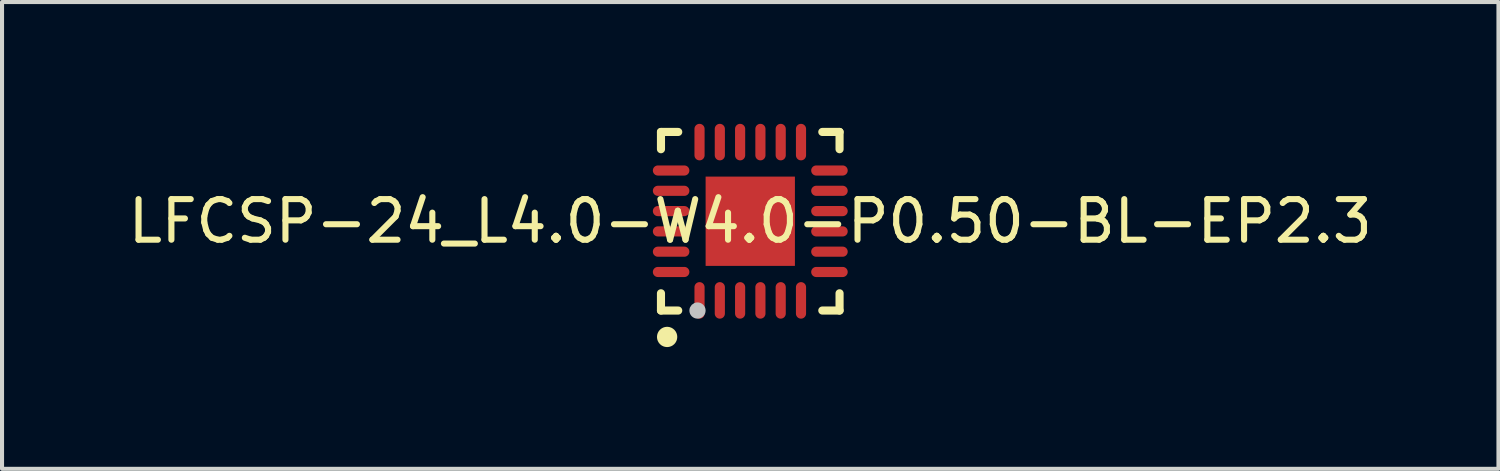
<source format=kicad_pcb>
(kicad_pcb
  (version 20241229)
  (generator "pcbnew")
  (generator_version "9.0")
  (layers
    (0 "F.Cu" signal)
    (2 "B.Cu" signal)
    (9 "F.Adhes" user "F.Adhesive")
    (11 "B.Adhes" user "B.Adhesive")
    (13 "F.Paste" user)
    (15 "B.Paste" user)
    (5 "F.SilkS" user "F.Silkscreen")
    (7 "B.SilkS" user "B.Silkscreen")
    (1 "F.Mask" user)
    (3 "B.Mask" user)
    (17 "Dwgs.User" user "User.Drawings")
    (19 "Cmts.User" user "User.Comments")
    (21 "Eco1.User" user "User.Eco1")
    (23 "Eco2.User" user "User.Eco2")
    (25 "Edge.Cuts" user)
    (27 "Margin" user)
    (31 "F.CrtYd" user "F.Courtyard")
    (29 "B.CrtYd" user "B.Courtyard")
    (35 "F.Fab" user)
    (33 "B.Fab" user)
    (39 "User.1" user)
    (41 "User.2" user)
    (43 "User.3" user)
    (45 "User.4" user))
  (footprint "LFCSP-24_L4.0-W4.0-P0.50-BL-EP2.3"
    (layer "F.Cu")
    (at 15.435 2.401)
    (property "Reference" "LFCSP-24_L4.0-W4.0-P0.50-BL-EP2.3" (at 0 0 0) (layer "F.SilkS") (effects (font (size 1 1) (thickness 0.15))))
    (fp_line (start -2.2 -2.2) (end -2.2 -1.775) (stroke (width 0.2) (type default)) (layer "F.SilkS"))
    (fp_line (start -2.2 2.2) (end -2.2 1.775) (stroke (width 0.2) (type default)) (layer "F.SilkS"))
    (fp_line (start -1.775 -2.2) (end -2.2 -2.2) (stroke (width 0.2) (type default)) (layer "F.SilkS"))
    (fp_line (start -1.775 2.2) (end -2.2 2.2) (stroke (width 0.2) (type default)) (layer "F.SilkS"))
    (fp_line (start 2.2 -2.2) (end 1.775 -2.2) (stroke (width 0.2) (type default)) (layer "F.SilkS"))
    (fp_line (start 2.2 -1.775) (end 2.2 -2.2) (stroke (width 0.2) (type default)) (layer "F.SilkS"))
    (fp_line (start 2.2 1.775) (end 2.2 2.2) (stroke (width 0.2) (type default)) (layer "F.SilkS"))
    (fp_line (start 2.2 2.2) (end 1.775 2.2) (stroke (width 0.2) (type default)) (layer "F.SilkS"))
    (fp_arc (start -2.047 2.7255) (mid -2.0485 2.975509) (end -2.05 2.7255) (stroke (width 0.25) (type default)) (layer "F.SilkS"))
    (fp_poly (pts (xy 0.8 0.8) (xy 0.8 -0.8) (xy -0.8 -0.8) (xy -0.8 0.8)) (stroke (width 0) (type default)) (fill yes) (layer "F.Paste"))
    (fp_poly (pts (xy -2.283 -0.875) (xy -2.29 -0.875) (xy -2.297 -0.874) (xy -2.304 -0.872) (xy -2.312 -0.87) (xy -2.318 -0.868) (xy -2.325 -0.865) (xy -2.332 -0.862) (xy -2.338 -0.859) (xy -2.345 -0.855) (xy -2.35 -0.851) (xy -2.356 -0.846) (xy -2.361 -0.841) (xy -2.366 -0.836) (xy -2.372 -0.831) (xy -2.376 -0.825) (xy -2.38 -0.819) (xy -2.384 -0.813) (xy -2.388 -0.806) (xy -2.39 -0.8) (xy -2.393 -0.793) (xy -2.396 -0.786) (xy -2.397 -0.779) (xy -2.399 -0.772) (xy -2.4 -0.765) (xy -2.401 -0.757) (xy -2.401 -0.75) (xy -2.401 -0.743) (xy -2.4 -0.736) (xy -2.399 -0.729) (xy -2.397 -0.722) (xy -2.396 -0.715) (xy -2.393 -0.708) (xy -2.39 -0.701) (xy -2.388 -0.694) (xy -2.384 -0.688) (xy -2.38 -0.681) (xy -2.376 -0.675) (xy -2.372 -0.67) (xy -2.366 -0.664) (xy -2.361 -0.659) (xy -2.356 -0.654) (xy -2.35 -0.65) (xy -2.345 -0.646) (xy -2.338 -0.642) (xy -2.332 -0.638) (xy -2.325 -0.635) (xy -2.318 -0.633) (xy -2.312 -0.63) (xy -2.304 -0.628) (xy -2.297 -0.627) (xy -2.29 -0.626) (xy -2.283 -0.625) (xy -2.276 -0.625) (xy -1.625 -0.625) (xy -1.619 -0.625) (xy -1.611 -0.626) (xy -1.604 -0.627) (xy -1.597 -0.628) (xy -1.59 -0.63) (xy -1.583 -0.633) (xy -1.576 -0.635) (xy -1.569 -0.638) (xy -1.563 -0.642) (xy -1.557 -0.646) (xy -1.551 -0.65) (xy -1.546 -0.654) (xy -1.54 -0.659) (xy -1.534 -0.664) (xy -1.53 -0.67) (xy -1.526 -0.675) (xy -1.521 -0.681) (xy -1.518 -0.688) (xy -1.514 -0.694) (xy -1.511 -0.701) (xy -1.508 -0.708) (xy -1.506 -0.715) (xy -1.504 -0.722) (xy -1.502 -0.729) (xy -1.502 -0.736) (xy -1.501 -0.743) (xy -1.5 -0.75) (xy -1.501 -0.757) (xy -1.502 -0.765) (xy -1.502 -0.772) (xy -1.504 -0.779) (xy -1.506 -0.786) (xy -1.508 -0.793) (xy -1.511 -0.8) (xy -1.514 -0.806) (xy -1.518 -0.813) (xy -1.521 -0.819) (xy -1.526 -0.825) (xy -1.53 -0.831) (xy -1.534 -0.836) (xy -1.54 -0.841) (xy -1.546 -0.846) (xy -1.551 -0.851) (xy -1.557 -0.855) (xy -1.563 -0.859) (xy -1.569 -0.862) (xy -1.576 -0.865) (xy -1.583 -0.868) (xy -1.59 -0.87) (xy -1.597 -0.872) (xy -1.604 -0.874) (xy -1.611 -0.875) (xy -1.619 -0.875) (xy -1.625 -0.875) (xy -2.276 -0.875)) (stroke (width 0) (type default)) (fill yes) (layer "F.Paste"))
    (fp_poly (pts (xy -2.283 -0.375) (xy -2.29 -0.374) (xy -2.297 -0.373) (xy -2.304 -0.371) (xy -2.312 -0.369) (xy -2.318 -0.367) (xy -2.325 -0.364) (xy -2.332 -0.361) (xy -2.338 -0.358) (xy -2.345 -0.354) (xy -2.35 -0.35) (xy -2.356 -0.345) (xy -2.361 -0.341) (xy -2.366 -0.336) (xy -2.372 -0.331) (xy -2.376 -0.325) (xy -2.38 -0.319) (xy -2.384 -0.312) (xy -2.388 -0.306) (xy -2.39 -0.299) (xy -2.393 -0.292) (xy -2.396 -0.286) (xy -2.397 -0.279) (xy -2.399 -0.272) (xy -2.4 -0.265) (xy -2.401 -0.257) (xy -2.401 -0.25) (xy -2.401 -0.242) (xy -2.4 -0.235) (xy -2.399 -0.228) (xy -2.397 -0.221) (xy -2.396 -0.214) (xy -2.393 -0.207) (xy -2.39 -0.201) (xy -2.388 -0.194) (xy -2.384 -0.188) (xy -2.38 -0.181) (xy -2.376 -0.175) (xy -2.372 -0.17) (xy -2.366 -0.164) (xy -2.361 -0.159) (xy -2.356 -0.154) (xy -2.35 -0.149) (xy -2.345 -0.145) (xy -2.338 -0.141) (xy -2.332 -0.138) (xy -2.325 -0.135) (xy -2.318 -0.133) (xy -2.312 -0.13) (xy -2.304 -0.129) (xy -2.297 -0.127) (xy -2.29 -0.126) (xy -2.283 -0.125) (xy -2.276 -0.125) (xy -1.625 -0.125) (xy -1.619 -0.125) (xy -1.611 -0.126) (xy -1.604 -0.127) (xy -1.597 -0.129) (xy -1.59 -0.13) (xy -1.583 -0.133) (xy -1.576 -0.135) (xy -1.569 -0.138) (xy -1.563 -0.141) (xy -1.557 -0.145) (xy -1.551 -0.149) (xy -1.546 -0.154) (xy -1.54 -0.159) (xy -1.534 -0.164) (xy -1.53 -0.17) (xy -1.526 -0.175) (xy -1.521 -0.181) (xy -1.518 -0.188) (xy -1.514 -0.194) (xy -1.511 -0.201) (xy -1.508 -0.207) (xy -1.506 -0.214) (xy -1.504 -0.221) (xy -1.502 -0.228) (xy -1.502 -0.235) (xy -1.501 -0.242) (xy -1.5 -0.25) (xy -1.501 -0.257) (xy -1.502 -0.265) (xy -1.502 -0.272) (xy -1.504 -0.279) (xy -1.506 -0.286) (xy -1.508 -0.292) (xy -1.511 -0.299) (xy -1.514 -0.306) (xy -1.518 -0.312) (xy -1.521 -0.319) (xy -1.526 -0.325) (xy -1.53 -0.331) (xy -1.534 -0.336) (xy -1.54 -0.341) (xy -1.546 -0.345) (xy -1.551 -0.35) (xy -1.557 -0.354) (xy -1.563 -0.358) (xy -1.569 -0.361) (xy -1.576 -0.364) (xy -1.583 -0.367) (xy -1.59 -0.369) (xy -1.597 -0.371) (xy -1.604 -0.373) (xy -1.611 -0.374) (xy -1.619 -0.375) (xy -1.625 -0.375) (xy -2.276 -0.375)) (stroke (width 0) (type default)) (fill yes) (layer "F.Paste"))
    (fp_poly (pts (xy -2.283 0.625) (xy -2.29 0.626) (xy -2.297 0.627) (xy -2.304 0.628) (xy -2.312 0.63) (xy -2.318 0.633) (xy -2.325 0.635) (xy -2.332 0.638) (xy -2.338 0.642) (xy -2.345 0.646) (xy -2.35 0.65) (xy -2.356 0.654) (xy -2.361 0.659) (xy -2.366 0.664) (xy -2.372 0.67) (xy -2.376 0.675) (xy -2.38 0.681) (xy -2.384 0.688) (xy -2.388 0.694) (xy -2.39 0.701) (xy -2.393 0.708) (xy -2.396 0.715) (xy -2.397 0.722) (xy -2.399 0.729) (xy -2.4 0.736) (xy -2.401 0.743) (xy -2.401 0.75) (xy -2.401 0.757) (xy -2.4 0.765) (xy -2.399 0.772) (xy -2.397 0.779) (xy -2.396 0.786) (xy -2.393 0.793) (xy -2.39 0.8) (xy -2.388 0.806) (xy -2.384 0.813) (xy -2.38 0.819) (xy -2.376 0.825) (xy -2.372 0.831) (xy -2.366 0.836) (xy -2.361 0.841) (xy -2.356 0.846) (xy -2.35 0.851) (xy -2.345 0.855) (xy -2.338 0.859) (xy -2.332 0.862) (xy -2.325 0.865) (xy -2.318 0.868) (xy -2.312 0.87) (xy -2.304 0.872) (xy -2.297 0.874) (xy -2.29 0.875) (xy -2.283 0.875) (xy -2.276 0.875) (xy -1.625 0.875) (xy -1.619 0.875) (xy -1.611 0.875) (xy -1.604 0.874) (xy -1.597 0.872) (xy -1.59 0.87) (xy -1.583 0.868) (xy -1.576 0.865) (xy -1.569 0.862) (xy -1.563 0.859) (xy -1.557 0.855) (xy -1.551 0.851) (xy -1.546 0.846) (xy -1.54 0.841) (xy -1.534 0.836) (xy -1.53 0.831) (xy -1.526 0.825) (xy -1.521 0.819) (xy -1.518 0.813) (xy -1.514 0.806) (xy -1.511 0.8) (xy -1.508 0.793) (xy -1.506 0.786) (xy -1.504 0.779) (xy -1.502 0.772) (xy -1.502 0.765) (xy -1.501 0.757) (xy -1.5 0.75) (xy -1.501 0.743) (xy -1.502 0.736) (xy -1.502 0.729) (xy -1.504 0.722) (xy -1.506 0.715) (xy -1.508 0.708) (xy -1.511 0.701) (xy -1.514 0.694) (xy -1.518 0.688) (xy -1.521 0.681) (xy -1.526 0.675) (xy -1.53 0.67) (xy -1.534 0.664) (xy -1.54 0.659) (xy -1.546 0.654) (xy -1.551 0.65) (xy -1.557 0.646) (xy -1.563 0.642) (xy -1.569 0.638) (xy -1.576 0.635) (xy -1.583 0.633) (xy -1.59 0.63) (xy -1.597 0.628) (xy -1.604 0.627) (xy -1.611 0.626) (xy -1.619 0.625) (xy -1.625 0.625) (xy -2.276 0.625)) (stroke (width 0) (type default)) (fill yes) (layer "F.Paste"))
    (fp_poly (pts (xy -2.283 1.125) (xy -2.29 1.125) (xy -2.297 1.127) (xy -2.304 1.128) (xy -2.312 1.13) (xy -2.318 1.132) (xy -2.325 1.135) (xy -2.332 1.138) (xy -2.338 1.141) (xy -2.345 1.145) (xy -2.35 1.149) (xy -2.356 1.154) (xy -2.361 1.159) (xy -2.366 1.164) (xy -2.372 1.169) (xy -2.376 1.175) (xy -2.38 1.181) (xy -2.384 1.187) (xy -2.388 1.194) (xy -2.39 1.2) (xy -2.393 1.207) (xy -2.396 1.214) (xy -2.397 1.221) (xy -2.399 1.228) (xy -2.4 1.235) (xy -2.401 1.242) (xy -2.401 1.25) (xy -2.401 1.257) (xy -2.4 1.264) (xy -2.399 1.272) (xy -2.397 1.278) (xy -2.396 1.286) (xy -2.393 1.292) (xy -2.39 1.299) (xy -2.388 1.306) (xy -2.384 1.312) (xy -2.38 1.319) (xy -2.376 1.325) (xy -2.372 1.33) (xy -2.366 1.335) (xy -2.361 1.341) (xy -2.356 1.345) (xy -2.35 1.35) (xy -2.345 1.354) (xy -2.338 1.358) (xy -2.332 1.361) (xy -2.325 1.365) (xy -2.318 1.367) (xy -2.312 1.369) (xy -2.304 1.371) (xy -2.297 1.373) (xy -2.29 1.374) (xy -2.283 1.375) (xy -2.276 1.375) (xy -1.625 1.375) (xy -1.619 1.375) (xy -1.611 1.374) (xy -1.604 1.373) (xy -1.597 1.371) (xy -1.59 1.369) (xy -1.583 1.367) (xy -1.576 1.365) (xy -1.569 1.361) (xy -1.563 1.358) (xy -1.557 1.354) (xy -1.551 1.35) (xy -1.546 1.345) (xy -1.54 1.341) (xy -1.534 1.335) (xy -1.53 1.33) (xy -1.526 1.325) (xy -1.521 1.319) (xy -1.518 1.312) (xy -1.514 1.306) (xy -1.511 1.299) (xy -1.508 1.292) (xy -1.506 1.286) (xy -1.504 1.278) (xy -1.502 1.272) (xy -1.502 1.264) (xy -1.501 1.257) (xy -1.5 1.25) (xy -1.501 1.242) (xy -1.502 1.235) (xy -1.502 1.228) (xy -1.504 1.221) (xy -1.506 1.214) (xy -1.508 1.207) (xy -1.511 1.2) (xy -1.514 1.194) (xy -1.518 1.187) (xy -1.521 1.181) (xy -1.526 1.175) (xy -1.53 1.169) (xy -1.534 1.164) (xy -1.54 1.159) (xy -1.546 1.154) (xy -1.551 1.149) (xy -1.557 1.145) (xy -1.563 1.141) (xy -1.569 1.138) (xy -1.576 1.135) (xy -1.583 1.132) (xy -1.59 1.13) (xy -1.597 1.128) (xy -1.604 1.127) (xy -1.611 1.125) (xy -1.619 1.125) (xy -1.625 1.125) (xy -2.276 1.125)) (stroke (width 0) (type default)) (fill yes) (layer "F.Paste"))
    (fp_poly (pts (xy -1.611 -1.374) (xy -1.619 -1.375) (xy -1.625 -1.375) (xy -2.276 -1.375) (xy -2.283 -1.375) (xy -2.29 -1.374) (xy -2.297 -1.373) (xy -2.304 -1.371) (xy -2.312 -1.369) (xy -2.318 -1.367) (xy -2.325 -1.365) (xy -2.332 -1.361) (xy -2.338 -1.358) (xy -2.345 -1.354) (xy -2.35 -1.35) (xy -2.356 -1.345) (xy -2.361 -1.341) (xy -2.366 -1.335) (xy -2.372 -1.33) (xy -2.376 -1.325) (xy -2.38 -1.319) (xy -2.384 -1.312) (xy -2.388 -1.306) (xy -2.39 -1.299) (xy -2.393 -1.292) (xy -2.396 -1.286) (xy -2.397 -1.278) (xy -2.399 -1.272) (xy -2.4 -1.264) (xy -2.401 -1.257) (xy -2.401 -1.25) (xy -2.401 -1.242) (xy -2.4 -1.235) (xy -2.399 -1.228) (xy -2.397 -1.221) (xy -2.396 -1.214) (xy -2.393 -1.207) (xy -2.39 -1.2) (xy -2.388 -1.194) (xy -2.384 -1.187) (xy -2.38 -1.181) (xy -2.376 -1.175) (xy -2.372 -1.169) (xy -2.366 -1.164) (xy -2.361 -1.159) (xy -2.356 -1.154) (xy -2.35 -1.149) (xy -2.345 -1.145) (xy -2.338 -1.141) (xy -2.332 -1.138) (xy -2.325 -1.135) (xy -2.318 -1.132) (xy -2.312 -1.13) (xy -2.304 -1.128) (xy -2.297 -1.127) (xy -2.29 -1.125) (xy -2.283 -1.125) (xy -2.276 -1.125) (xy -1.625 -1.125) (xy -1.619 -1.125) (xy -1.611 -1.125) (xy -1.604 -1.127) (xy -1.597 -1.128) (xy -1.59 -1.13) (xy -1.583 -1.132) (xy -1.576 -1.135) (xy -1.569 -1.138) (xy -1.563 -1.141) (xy -1.557 -1.145) (xy -1.551 -1.149) (xy -1.546 -1.154) (xy -1.54 -1.159) (xy -1.534 -1.164) (xy -1.53 -1.169) (xy -1.526 -1.175) (xy -1.521 -1.181) (xy -1.518 -1.187) (xy -1.514 -1.194) (xy -1.511 -1.2) (xy -1.508 -1.207) (xy -1.506 -1.214) (xy -1.504 -1.221) (xy -1.502 -1.228) (xy -1.502 -1.235) (xy -1.501 -1.242) (xy -1.5 -1.25) (xy -1.501 -1.257) (xy -1.502 -1.264) (xy -1.502 -1.272) (xy -1.504 -1.278) (xy -1.506 -1.286) (xy -1.508 -1.292) (xy -1.511 -1.299) (xy -1.514 -1.306) (xy -1.518 -1.312) (xy -1.521 -1.319) (xy -1.526 -1.325) (xy -1.53 -1.33) (xy -1.534 -1.335) (xy -1.54 -1.341) (xy -1.546 -1.345) (xy -1.551 -1.35) (xy -1.557 -1.354) (xy -1.563 -1.358) (xy -1.569 -1.361) (xy -1.576 -1.365) (xy -1.583 -1.367) (xy -1.59 -1.369) (xy -1.597 -1.371) (xy -1.604 -1.373)) (stroke (width 0) (type default)) (fill yes) (layer "F.Paste"))
    (fp_poly (pts (xy -1.611 0.126) (xy -1.619 0.125) (xy -1.625 0.125) (xy -2.276 0.125) (xy -2.283 0.125) (xy -2.29 0.126) (xy -2.297 0.127) (xy -2.304 0.129) (xy -2.312 0.13) (xy -2.318 0.133) (xy -2.325 0.135) (xy -2.332 0.138) (xy -2.338 0.141) (xy -2.345 0.145) (xy -2.35 0.149) (xy -2.356 0.154) (xy -2.361 0.159) (xy -2.366 0.164) (xy -2.372 0.17) (xy -2.376 0.175) (xy -2.38 0.181) (xy -2.384 0.188) (xy -2.388 0.194) (xy -2.39 0.201) (xy -2.393 0.207) (xy -2.396 0.214) (xy -2.397 0.221) (xy -2.399 0.228) (xy -2.4 0.235) (xy -2.401 0.242) (xy -2.401 0.25) (xy -2.401 0.257) (xy -2.4 0.265) (xy -2.399 0.272) (xy -2.397 0.279) (xy -2.396 0.286) (xy -2.393 0.292) (xy -2.39 0.299) (xy -2.388 0.306) (xy -2.384 0.312) (xy -2.38 0.319) (xy -2.376 0.325) (xy -2.372 0.331) (xy -2.366 0.336) (xy -2.361 0.341) (xy -2.356 0.345) (xy -2.35 0.35) (xy -2.345 0.354) (xy -2.338 0.358) (xy -2.332 0.361) (xy -2.325 0.364) (xy -2.318 0.367) (xy -2.312 0.369) (xy -2.304 0.371) (xy -2.297 0.373) (xy -2.29 0.374) (xy -2.283 0.375) (xy -2.276 0.375) (xy -1.625 0.375) (xy -1.619 0.375) (xy -1.611 0.374) (xy -1.604 0.373) (xy -1.597 0.371) (xy -1.59 0.369) (xy -1.583 0.367) (xy -1.576 0.364) (xy -1.569 0.361) (xy -1.563 0.358) (xy -1.557 0.354) (xy -1.551 0.35) (xy -1.546 0.345) (xy -1.54 0.341) (xy -1.534 0.336) (xy -1.53 0.331) (xy -1.526 0.325) (xy -1.521 0.319) (xy -1.518 0.312) (xy -1.514 0.306) (xy -1.511 0.299) (xy -1.508 0.292) (xy -1.506 0.286) (xy -1.504 0.279) (xy -1.502 0.272) (xy -1.502 0.265) (xy -1.501 0.257) (xy -1.5 0.25) (xy -1.501 0.242) (xy -1.502 0.235) (xy -1.502 0.228) (xy -1.504 0.221) (xy -1.506 0.214) (xy -1.508 0.207) (xy -1.511 0.201) (xy -1.514 0.194) (xy -1.518 0.188) (xy -1.521 0.181) (xy -1.526 0.175) (xy -1.53 0.17) (xy -1.534 0.164) (xy -1.54 0.159) (xy -1.546 0.154) (xy -1.551 0.149) (xy -1.557 0.145) (xy -1.563 0.141) (xy -1.569 0.138) (xy -1.576 0.135) (xy -1.583 0.133) (xy -1.59 0.13) (xy -1.597 0.129) (xy -1.604 0.127)) (stroke (width 0) (type default)) (fill yes) (layer "F.Paste"))
    (fp_poly (pts (xy -1.257 -2.401) (xy -1.264 -2.4) (xy -1.272 -2.399) (xy -1.278 -2.397) (xy -1.286 -2.396) (xy -1.292 -2.393) (xy -1.299 -2.39) (xy -1.306 -2.388) (xy -1.312 -2.384) (xy -1.319 -2.38) (xy -1.325 -2.376) (xy -1.33 -2.372) (xy -1.335 -2.366) (xy -1.341 -2.361) (xy -1.345 -2.356) (xy -1.35 -2.35) (xy -1.354 -2.345) (xy -1.358 -2.338) (xy -1.361 -2.332) (xy -1.365 -2.325) (xy -1.367 -2.318) (xy -1.369 -2.312) (xy -1.371 -2.304) (xy -1.373 -2.297) (xy -1.374 -2.29) (xy -1.375 -2.283) (xy -1.375 -2.276) (xy -1.375 -1.625) (xy -1.375 -1.619) (xy -1.374 -1.611) (xy -1.373 -1.604) (xy -1.371 -1.597) (xy -1.369 -1.59) (xy -1.367 -1.583) (xy -1.365 -1.576) (xy -1.361 -1.569) (xy -1.358 -1.563) (xy -1.354 -1.557) (xy -1.35 -1.551) (xy -1.345 -1.546) (xy -1.341 -1.54) (xy -1.335 -1.535) (xy -1.33 -1.53) (xy -1.325 -1.526) (xy -1.319 -1.522) (xy -1.312 -1.518) (xy -1.306 -1.514) (xy -1.299 -1.511) (xy -1.292 -1.508) (xy -1.286 -1.506) (xy -1.278 -1.504) (xy -1.272 -1.502) (xy -1.264 -1.502) (xy -1.257 -1.501) (xy -1.25 -1.5) (xy -1.242 -1.501) (xy -1.235 -1.502) (xy -1.228 -1.502) (xy -1.221 -1.504) (xy -1.214 -1.506) (xy -1.207 -1.508) (xy -1.2 -1.511) (xy -1.194 -1.514) (xy -1.187 -1.518) (xy -1.181 -1.522) (xy -1.175 -1.526) (xy -1.169 -1.53) (xy -1.164 -1.535) (xy -1.159 -1.54) (xy -1.154 -1.546) (xy -1.149 -1.551) (xy -1.145 -1.557) (xy -1.141 -1.563) (xy -1.138 -1.569) (xy -1.135 -1.576) (xy -1.132 -1.583) (xy -1.13 -1.59) (xy -1.128 -1.597) (xy -1.127 -1.604) (xy -1.125 -1.611) (xy -1.125 -1.619) (xy -1.125 -1.625) (xy -1.125 -2.276) (xy -1.125 -2.283) (xy -1.125 -2.29) (xy -1.127 -2.297) (xy -1.128 -2.304) (xy -1.13 -2.312) (xy -1.132 -2.318) (xy -1.135 -2.325) (xy -1.138 -2.332) (xy -1.141 -2.338) (xy -1.145 -2.345) (xy -1.149 -2.35) (xy -1.154 -2.356) (xy -1.159 -2.361) (xy -1.164 -2.366) (xy -1.169 -2.372) (xy -1.175 -2.376) (xy -1.181 -2.38) (xy -1.187 -2.384) (xy -1.194 -2.388) (xy -1.2 -2.39) (xy -1.207 -2.393) (xy -1.214 -2.396) (xy -1.221 -2.397) (xy -1.228 -2.399) (xy -1.235 -2.4) (xy -1.242 -2.401) (xy -1.25 -2.401)) (stroke (width 0) (type default)) (fill yes) (layer "F.Paste"))
    (fp_poly (pts (xy -1.235 1.502) (xy -1.242 1.501) (xy -1.25 1.5) (xy -1.257 1.501) (xy -1.264 1.502) (xy -1.272 1.502) (xy -1.278 1.504) (xy -1.286 1.506) (xy -1.292 1.508) (xy -1.299 1.511) (xy -1.306 1.514) (xy -1.312 1.518) (xy -1.319 1.522) (xy -1.325 1.526) (xy -1.33 1.53) (xy -1.335 1.535) (xy -1.341 1.54) (xy -1.345 1.546) (xy -1.35 1.551) (xy -1.354 1.557) (xy -1.358 1.563) (xy -1.361 1.569) (xy -1.365 1.576) (xy -1.367 1.583) (xy -1.369 1.59) (xy -1.371 1.597) (xy -1.373 1.604) (xy -1.374 1.611) (xy -1.375 1.619) (xy -1.375 1.625) (xy -1.375 2.276) (xy -1.375 2.283) (xy -1.374 2.29) (xy -1.373 2.297) (xy -1.371 2.304) (xy -1.369 2.312) (xy -1.367 2.318) (xy -1.365 2.325) (xy -1.361 2.332) (xy -1.358 2.338) (xy -1.354 2.345) (xy -1.35 2.35) (xy -1.345 2.356) (xy -1.341 2.361) (xy -1.335 2.366) (xy -1.33 2.372) (xy -1.325 2.376) (xy -1.319 2.38) (xy -1.312 2.384) (xy -1.306 2.388) (xy -1.299 2.39) (xy -1.292 2.393) (xy -1.286 2.396) (xy -1.278 2.397) (xy -1.272 2.399) (xy -1.264 2.4) (xy -1.257 2.401) (xy -1.25 2.401) (xy -1.242 2.401) (xy -1.235 2.4) (xy -1.228 2.399) (xy -1.221 2.397) (xy -1.214 2.396) (xy -1.207 2.393) (xy -1.2 2.39) (xy -1.194 2.388) (xy -1.187 2.384) (xy -1.181 2.38) (xy -1.175 2.376) (xy -1.169 2.372) (xy -1.164 2.366) (xy -1.159 2.361) (xy -1.154 2.356) (xy -1.149 2.35) (xy -1.145 2.345) (xy -1.141 2.338) (xy -1.138 2.332) (xy -1.135 2.325) (xy -1.132 2.318) (xy -1.13 2.312) (xy -1.128 2.304) (xy -1.127 2.297) (xy -1.125 2.29) (xy -1.125 2.283) (xy -1.125 2.276) (xy -1.125 1.625) (xy -1.125 1.619) (xy -1.125 1.611) (xy -1.127 1.604) (xy -1.128 1.597) (xy -1.13 1.59) (xy -1.132 1.583) (xy -1.135 1.576) (xy -1.138 1.569) (xy -1.141 1.563) (xy -1.145 1.557) (xy -1.149 1.551) (xy -1.154 1.546) (xy -1.159 1.54) (xy -1.164 1.535) (xy -1.169 1.53) (xy -1.175 1.526) (xy -1.181 1.522) (xy -1.187 1.518) (xy -1.194 1.514) (xy -1.2 1.511) (xy -1.207 1.508) (xy -1.214 1.506) (xy -1.221 1.504) (xy -1.228 1.502)) (stroke (width 0) (type default)) (fill yes) (layer "F.Paste"))
    (fp_poly (pts (xy -0.757 -2.401) (xy -0.764 -2.4) (xy -0.772 -2.399) (xy -0.779 -2.397) (xy -0.786 -2.396) (xy -0.793 -2.393) (xy -0.8 -2.39) (xy -0.806 -2.388) (xy -0.812 -2.384) (xy -0.819 -2.38) (xy -0.825 -2.376) (xy -0.831 -2.372) (xy -0.836 -2.366) (xy -0.841 -2.361) (xy -0.846 -2.356) (xy -0.851 -2.35) (xy -0.855 -2.345) (xy -0.859 -2.338) (xy -0.862 -2.332) (xy -0.865 -2.325) (xy -0.868 -2.318) (xy -0.87 -2.312) (xy -0.872 -2.304) (xy -0.874 -2.297) (xy -0.875 -2.29) (xy -0.875 -2.283) (xy -0.875 -2.276) (xy -0.875 -1.625) (xy -0.875 -1.619) (xy -0.875 -1.611) (xy -0.874 -1.604) (xy -0.872 -1.597) (xy -0.87 -1.59) (xy -0.868 -1.583) (xy -0.865 -1.576) (xy -0.862 -1.569) (xy -0.859 -1.563) (xy -0.855 -1.557) (xy -0.851 -1.551) (xy -0.846 -1.546) (xy -0.841 -1.54) (xy -0.836 -1.535) (xy -0.831 -1.53) (xy -0.825 -1.526) (xy -0.819 -1.522) (xy -0.812 -1.518) (xy -0.806 -1.514) (xy -0.8 -1.511) (xy -0.793 -1.508) (xy -0.786 -1.506) (xy -0.779 -1.504) (xy -0.772 -1.502) (xy -0.764 -1.502) (xy -0.757 -1.501) (xy -0.75 -1.5) (xy -0.743 -1.501) (xy -0.736 -1.502) (xy -0.729 -1.502) (xy -0.722 -1.504) (xy -0.715 -1.506) (xy -0.708 -1.508) (xy -0.701 -1.511) (xy -0.694 -1.514) (xy -0.688 -1.518) (xy -0.681 -1.522) (xy -0.675 -1.526) (xy -0.67 -1.53) (xy -0.664 -1.535) (xy -0.659 -1.54) (xy -0.654 -1.546) (xy -0.65 -1.551) (xy -0.646 -1.557) (xy -0.642 -1.563) (xy -0.638 -1.569) (xy -0.635 -1.576) (xy -0.633 -1.583) (xy -0.63 -1.59) (xy -0.628 -1.597) (xy -0.627 -1.604) (xy -0.626 -1.611) (xy -0.625 -1.619) (xy -0.625 -1.625) (xy -0.625 -2.276) (xy -0.625 -2.283) (xy -0.626 -2.29) (xy -0.627 -2.297) (xy -0.628 -2.304) (xy -0.63 -2.312) (xy -0.633 -2.318) (xy -0.635 -2.325) (xy -0.638 -2.332) (xy -0.642 -2.338) (xy -0.646 -2.345) (xy -0.65 -2.35) (xy -0.654 -2.356) (xy -0.659 -2.361) (xy -0.664 -2.366) (xy -0.67 -2.372) (xy -0.675 -2.376) (xy -0.681 -2.38) (xy -0.688 -2.384) (xy -0.694 -2.388) (xy -0.701 -2.39) (xy -0.708 -2.393) (xy -0.715 -2.396) (xy -0.722 -2.397) (xy -0.729 -2.399) (xy -0.736 -2.4) (xy -0.743 -2.401) (xy -0.75 -2.401)) (stroke (width 0) (type default)) (fill yes) (layer "F.Paste"))
    (fp_poly (pts (xy -0.757 1.501) (xy -0.764 1.502) (xy -0.772 1.502) (xy -0.779 1.504) (xy -0.786 1.506) (xy -0.793 1.508) (xy -0.8 1.511) (xy -0.806 1.514) (xy -0.812 1.518) (xy -0.819 1.522) (xy -0.825 1.526) (xy -0.831 1.53) (xy -0.836 1.535) (xy -0.841 1.54) (xy -0.846 1.546) (xy -0.851 1.551) (xy -0.855 1.557) (xy -0.859 1.563) (xy -0.862 1.569) (xy -0.865 1.576) (xy -0.868 1.583) (xy -0.87 1.59) (xy -0.872 1.597) (xy -0.874 1.604) (xy -0.875 1.611) (xy -0.875 1.619) (xy -0.875 1.625) (xy -0.875 2.276) (xy -0.875 2.283) (xy -0.875 2.29) (xy -0.874 2.297) (xy -0.872 2.304) (xy -0.87 2.312) (xy -0.868 2.318) (xy -0.865 2.325) (xy -0.862 2.332) (xy -0.859 2.338) (xy -0.855 2.345) (xy -0.851 2.35) (xy -0.846 2.356) (xy -0.841 2.361) (xy -0.836 2.366) (xy -0.831 2.372) (xy -0.825 2.376) (xy -0.819 2.38) (xy -0.812 2.384) (xy -0.806 2.388) (xy -0.8 2.39) (xy -0.793 2.393) (xy -0.786 2.396) (xy -0.779 2.397) (xy -0.772 2.399) (xy -0.764 2.4) (xy -0.757 2.401) (xy -0.75 2.401) (xy -0.743 2.401) (xy -0.736 2.4) (xy -0.729 2.399) (xy -0.722 2.397) (xy -0.715 2.396) (xy -0.708 2.393) (xy -0.701 2.39) (xy -0.694 2.388) (xy -0.688 2.384) (xy -0.681 2.38) (xy -0.675 2.376) (xy -0.67 2.372) (xy -0.664 2.366) (xy -0.659 2.361) (xy -0.654 2.356) (xy -0.65 2.35) (xy -0.646 2.345) (xy -0.642 2.338) (xy -0.638 2.332) (xy -0.635 2.325) (xy -0.633 2.318) (xy -0.63 2.312) (xy -0.628 2.304) (xy -0.627 2.297) (xy -0.626 2.29) (xy -0.625 2.283) (xy -0.625 2.276) (xy -0.625 1.625) (xy -0.625 1.619) (xy -0.626 1.611) (xy -0.627 1.604) (xy -0.628 1.597) (xy -0.63 1.59) (xy -0.633 1.583) (xy -0.635 1.576) (xy -0.638 1.569) (xy -0.642 1.563) (xy -0.646 1.557) (xy -0.65 1.551) (xy -0.654 1.546) (xy -0.659 1.54) (xy -0.664 1.535) (xy -0.67 1.53) (xy -0.675 1.526) (xy -0.681 1.522) (xy -0.688 1.518) (xy -0.694 1.514) (xy -0.701 1.511) (xy -0.708 1.508) (xy -0.715 1.506) (xy -0.722 1.504) (xy -0.729 1.502) (xy -0.736 1.502) (xy -0.743 1.501) (xy -0.75 1.5)) (stroke (width 0) (type default)) (fill yes) (layer "F.Paste"))
    (fp_poly (pts (xy -0.258 1.501) (xy -0.265 1.502) (xy -0.272 1.502) (xy -0.279 1.504) (xy -0.286 1.506) (xy -0.293 1.508) (xy -0.299 1.511) (xy -0.306 1.514) (xy -0.312 1.518) (xy -0.319 1.522) (xy -0.325 1.526) (xy -0.331 1.53) (xy -0.336 1.535) (xy -0.341 1.54) (xy -0.346 1.546) (xy -0.35 1.551) (xy -0.354 1.557) (xy -0.358 1.563) (xy -0.362 1.569) (xy -0.365 1.576) (xy -0.367 1.583) (xy -0.37 1.59) (xy -0.372 1.597) (xy -0.373 1.604) (xy -0.374 1.611) (xy -0.375 1.619) (xy -0.375 1.625) (xy -0.375 2.276) (xy -0.375 2.283) (xy -0.374 2.29) (xy -0.373 2.297) (xy -0.372 2.304) (xy -0.37 2.312) (xy -0.367 2.318) (xy -0.365 2.325) (xy -0.362 2.332) (xy -0.358 2.338) (xy -0.354 2.345) (xy -0.35 2.35) (xy -0.346 2.356) (xy -0.341 2.361) (xy -0.336 2.366) (xy -0.331 2.372) (xy -0.325 2.376) (xy -0.319 2.38) (xy -0.312 2.384) (xy -0.306 2.388) (xy -0.299 2.39) (xy -0.293 2.393) (xy -0.286 2.396) (xy -0.279 2.397) (xy -0.272 2.399) (xy -0.265 2.4) (xy -0.258 2.401) (xy -0.25 2.401) (xy -0.243 2.401) (xy -0.235 2.4) (xy -0.229 2.399) (xy -0.222 2.397) (xy -0.214 2.396) (xy -0.207 2.393) (xy -0.201 2.39) (xy -0.194 2.388) (xy -0.188 2.384) (xy -0.181 2.38) (xy -0.175 2.376) (xy -0.17 2.372) (xy -0.165 2.366) (xy -0.159 2.361) (xy -0.154 2.356) (xy -0.15 2.35) (xy -0.145 2.345) (xy -0.142 2.338) (xy -0.139 2.332) (xy -0.136 2.325) (xy -0.133 2.318) (xy -0.131 2.312) (xy -0.129 2.304) (xy -0.127 2.297) (xy -0.126 2.29) (xy -0.126 2.283) (xy -0.125 2.276) (xy -0.125 1.625) (xy -0.126 1.619) (xy -0.126 1.611) (xy -0.127 1.604) (xy -0.129 1.597) (xy -0.131 1.59) (xy -0.133 1.583) (xy -0.136 1.576) (xy -0.139 1.569) (xy -0.142 1.563) (xy -0.145 1.557) (xy -0.15 1.551) (xy -0.154 1.546) (xy -0.159 1.54) (xy -0.165 1.535) (xy -0.17 1.53) (xy -0.175 1.526) (xy -0.181 1.522) (xy -0.188 1.518) (xy -0.194 1.514) (xy -0.201 1.511) (xy -0.207 1.508) (xy -0.214 1.506) (xy -0.222 1.504) (xy -0.229 1.502) (xy -0.235 1.502) (xy -0.243 1.501) (xy -0.25 1.5)) (stroke (width 0) (type default)) (fill yes) (layer "F.Paste"))
    (fp_poly (pts (xy -0.235 -2.4) (xy -0.242 -2.401) (xy -0.25 -2.401) (xy -0.257 -2.401) (xy -0.265 -2.4) (xy -0.272 -2.399) (xy -0.279 -2.397) (xy -0.285 -2.396) (xy -0.292 -2.393) (xy -0.299 -2.39) (xy -0.306 -2.388) (xy -0.312 -2.384) (xy -0.319 -2.38) (xy -0.325 -2.376) (xy -0.33 -2.372) (xy -0.336 -2.366) (xy -0.341 -2.361) (xy -0.345 -2.356) (xy -0.35 -2.35) (xy -0.354 -2.345) (xy -0.358 -2.338) (xy -0.361 -2.332) (xy -0.364 -2.325) (xy -0.367 -2.318) (xy -0.369 -2.312) (xy -0.371 -2.304) (xy -0.373 -2.297) (xy -0.374 -2.29) (xy -0.374 -2.283) (xy -0.375 -2.276) (xy -0.375 -1.625) (xy -0.374 -1.619) (xy -0.374 -1.611) (xy -0.373 -1.604) (xy -0.371 -1.597) (xy -0.369 -1.59) (xy -0.367 -1.583) (xy -0.364 -1.576) (xy -0.361 -1.569) (xy -0.358 -1.563) (xy -0.354 -1.557) (xy -0.35 -1.551) (xy -0.345 -1.546) (xy -0.341 -1.54) (xy -0.336 -1.535) (xy -0.33 -1.53) (xy -0.325 -1.526) (xy -0.319 -1.522) (xy -0.312 -1.518) (xy -0.306 -1.514) (xy -0.299 -1.511) (xy -0.292 -1.508) (xy -0.285 -1.506) (xy -0.279 -1.504) (xy -0.272 -1.502) (xy -0.265 -1.502) (xy -0.257 -1.501) (xy -0.25 -1.5) (xy -0.242 -1.501) (xy -0.235 -1.502) (xy -0.228 -1.502) (xy -0.221 -1.504) (xy -0.214 -1.506) (xy -0.207 -1.508) (xy -0.201 -1.511) (xy -0.194 -1.514) (xy -0.188 -1.518) (xy -0.181 -1.522) (xy -0.175 -1.526) (xy -0.17 -1.53) (xy -0.164 -1.535) (xy -0.159 -1.54) (xy -0.154 -1.546) (xy -0.149 -1.551) (xy -0.145 -1.557) (xy -0.141 -1.563) (xy -0.138 -1.569) (xy -0.135 -1.576) (xy -0.133 -1.583) (xy -0.13 -1.59) (xy -0.128 -1.597) (xy -0.127 -1.604) (xy -0.126 -1.611) (xy -0.125 -1.619) (xy -0.125 -1.625) (xy -0.125 -2.276) (xy -0.125 -2.283) (xy -0.126 -2.29) (xy -0.127 -2.297) (xy -0.128 -2.304) (xy -0.13 -2.312) (xy -0.133 -2.318) (xy -0.135 -2.325) (xy -0.138 -2.332) (xy -0.141 -2.338) (xy -0.145 -2.345) (xy -0.149 -2.35) (xy -0.154 -2.356) (xy -0.159 -2.361) (xy -0.164 -2.366) (xy -0.17 -2.372) (xy -0.175 -2.376) (xy -0.181 -2.38) (xy -0.188 -2.384) (xy -0.194 -2.388) (xy -0.201 -2.39) (xy -0.207 -2.393) (xy -0.214 -2.396) (xy -0.221 -2.397) (xy -0.228 -2.399)) (stroke (width 0) (type default)) (fill yes) (layer "F.Paste"))
    (fp_poly (pts (xy 0.242 -2.401) (xy 0.235 -2.4) (xy 0.229 -2.399) (xy 0.221 -2.397) (xy 0.214 -2.396) (xy 0.207 -2.393) (xy 0.201 -2.39) (xy 0.194 -2.388) (xy 0.188 -2.384) (xy 0.181 -2.38) (xy 0.175 -2.376) (xy 0.17 -2.372) (xy 0.164 -2.366) (xy 0.159 -2.361) (xy 0.154 -2.356) (xy 0.149 -2.35) (xy 0.145 -2.345) (xy 0.141 -2.338) (xy 0.139 -2.332) (xy 0.135 -2.325) (xy 0.133 -2.318) (xy 0.131 -2.312) (xy 0.129 -2.304) (xy 0.127 -2.297) (xy 0.126 -2.29) (xy 0.125 -2.283) (xy 0.125 -2.276) (xy 0.125 -1.625) (xy 0.125 -1.619) (xy 0.126 -1.611) (xy 0.127 -1.604) (xy 0.129 -1.597) (xy 0.131 -1.59) (xy 0.133 -1.583) (xy 0.135 -1.576) (xy 0.139 -1.569) (xy 0.141 -1.563) (xy 0.145 -1.557) (xy 0.149 -1.551) (xy 0.154 -1.546) (xy 0.159 -1.54) (xy 0.164 -1.535) (xy 0.17 -1.53) (xy 0.175 -1.526) (xy 0.181 -1.522) (xy 0.188 -1.518) (xy 0.194 -1.514) (xy 0.201 -1.511) (xy 0.207 -1.508) (xy 0.214 -1.506) (xy 0.221 -1.504) (xy 0.229 -1.502) (xy 0.235 -1.502) (xy 0.242 -1.501) (xy 0.25 -1.5) (xy 0.258 -1.501) (xy 0.265 -1.502) (xy 0.272 -1.502) (xy 0.279 -1.504) (xy 0.286 -1.506) (xy 0.293 -1.508) (xy 0.299 -1.511) (xy 0.306 -1.514) (xy 0.312 -1.518) (xy 0.319 -1.522) (xy 0.325 -1.526) (xy 0.331 -1.53) (xy 0.336 -1.535) (xy 0.341 -1.54) (xy 0.346 -1.546) (xy 0.35 -1.551) (xy 0.354 -1.557) (xy 0.358 -1.563) (xy 0.361 -1.569) (xy 0.365 -1.576) (xy 0.367 -1.583) (xy 0.37 -1.59) (xy 0.371 -1.597) (xy 0.373 -1.604) (xy 0.374 -1.611) (xy 0.375 -1.619) (xy 0.375 -1.625) (xy 0.375 -2.276) (xy 0.375 -2.283) (xy 0.374 -2.29) (xy 0.373 -2.297) (xy 0.371 -2.304) (xy 0.37 -2.312) (xy 0.367 -2.318) (xy 0.365 -2.325) (xy 0.361 -2.332) (xy 0.358 -2.338) (xy 0.354 -2.345) (xy 0.35 -2.35) (xy 0.346 -2.356) (xy 0.341 -2.361) (xy 0.336 -2.366) (xy 0.331 -2.372) (xy 0.325 -2.376) (xy 0.319 -2.38) (xy 0.312 -2.384) (xy 0.306 -2.388) (xy 0.299 -2.39) (xy 0.293 -2.393) (xy 0.286 -2.396) (xy 0.279 -2.397) (xy 0.272 -2.399) (xy 0.265 -2.4) (xy 0.258 -2.401) (xy 0.25 -2.401)) (stroke (width 0) (type default)) (fill yes) (layer "F.Paste"))
    (fp_poly (pts (xy 0.265 1.502) (xy 0.258 1.501) (xy 0.25 1.5) (xy 0.242 1.501) (xy 0.235 1.502) (xy 0.229 1.502) (xy 0.221 1.504) (xy 0.214 1.506) (xy 0.207 1.508) (xy 0.201 1.511) (xy 0.194 1.514) (xy 0.188 1.518) (xy 0.181 1.522) (xy 0.175 1.526) (xy 0.17 1.53) (xy 0.164 1.535) (xy 0.159 1.54) (xy 0.154 1.546) (xy 0.149 1.551) (xy 0.145 1.557) (xy 0.141 1.563) (xy 0.139 1.569) (xy 0.135 1.576) (xy 0.133 1.583) (xy 0.131 1.59) (xy 0.129 1.597) (xy 0.127 1.604) (xy 0.126 1.611) (xy 0.125 1.619) (xy 0.125 1.625) (xy 0.125 2.276) (xy 0.125 2.283) (xy 0.126 2.29) (xy 0.127 2.297) (xy 0.129 2.304) (xy 0.131 2.312) (xy 0.133 2.318) (xy 0.135 2.325) (xy 0.139 2.332) (xy 0.141 2.338) (xy 0.145 2.345) (xy 0.149 2.35) (xy 0.154 2.356) (xy 0.159 2.361) (xy 0.164 2.366) (xy 0.17 2.372) (xy 0.175 2.376) (xy 0.181 2.38) (xy 0.188 2.384) (xy 0.194 2.388) (xy 0.201 2.39) (xy 0.207 2.393) (xy 0.214 2.396) (xy 0.221 2.397) (xy 0.229 2.399) (xy 0.235 2.4) (xy 0.242 2.401) (xy 0.25 2.401) (xy 0.258 2.401) (xy 0.265 2.4) (xy 0.272 2.399) (xy 0.279 2.397) (xy 0.286 2.396) (xy 0.293 2.393) (xy 0.299 2.39) (xy 0.306 2.388) (xy 0.312 2.384) (xy 0.319 2.38) (xy 0.325 2.376) (xy 0.331 2.372) (xy 0.336 2.366) (xy 0.341 2.361) (xy 0.346 2.356) (xy 0.35 2.35) (xy 0.354 2.345) (xy 0.358 2.338) (xy 0.361 2.332) (xy 0.365 2.325) (xy 0.367 2.318) (xy 0.37 2.312) (xy 0.371 2.304) (xy 0.373 2.297) (xy 0.374 2.29) (xy 0.375 2.283) (xy 0.375 2.276) (xy 0.375 1.625) (xy 0.375 1.619) (xy 0.374 1.611) (xy 0.373 1.604) (xy 0.371 1.597) (xy 0.37 1.59) (xy 0.367 1.583) (xy 0.365 1.576) (xy 0.361 1.569) (xy 0.358 1.563) (xy 0.354 1.557) (xy 0.35 1.551) (xy 0.346 1.546) (xy 0.341 1.54) (xy 0.336 1.535) (xy 0.331 1.53) (xy 0.325 1.526) (xy 0.319 1.522) (xy 0.312 1.518) (xy 0.306 1.514) (xy 0.299 1.511) (xy 0.293 1.508) (xy 0.286 1.506) (xy 0.279 1.504) (xy 0.272 1.502)) (stroke (width 0) (type default)) (fill yes) (layer "F.Paste"))
    (fp_poly (pts (xy 0.743 -2.401) (xy 0.736 -2.4) (xy 0.729 -2.399) (xy 0.722 -2.397) (xy 0.715 -2.396) (xy 0.708 -2.393) (xy 0.701 -2.39) (xy 0.695 -2.388) (xy 0.688 -2.384) (xy 0.681 -2.38) (xy 0.675 -2.376) (xy 0.67 -2.372) (xy 0.664 -2.366) (xy 0.659 -2.361) (xy 0.654 -2.356) (xy 0.65 -2.35) (xy 0.646 -2.345) (xy 0.642 -2.338) (xy 0.638 -2.332) (xy 0.635 -2.325) (xy 0.633 -2.318) (xy 0.63 -2.312) (xy 0.629 -2.304) (xy 0.627 -2.297) (xy 0.626 -2.29) (xy 0.625 -2.283) (xy 0.625 -2.276) (xy 0.625 -1.625) (xy 0.625 -1.619) (xy 0.626 -1.611) (xy 0.627 -1.604) (xy 0.629 -1.597) (xy 0.63 -1.59) (xy 0.633 -1.583) (xy 0.635 -1.576) (xy 0.638 -1.569) (xy 0.642 -1.563) (xy 0.646 -1.557) (xy 0.65 -1.551) (xy 0.654 -1.546) (xy 0.659 -1.54) (xy 0.664 -1.535) (xy 0.67 -1.53) (xy 0.675 -1.526) (xy 0.681 -1.522) (xy 0.688 -1.518) (xy 0.695 -1.514) (xy 0.701 -1.511) (xy 0.708 -1.508) (xy 0.715 -1.506) (xy 0.722 -1.504) (xy 0.729 -1.502) (xy 0.736 -1.502) (xy 0.743 -1.501) (xy 0.75 -1.5) (xy 0.757 -1.501) (xy 0.765 -1.502) (xy 0.772 -1.502) (xy 0.779 -1.504) (xy 0.786 -1.506) (xy 0.793 -1.508) (xy 0.8 -1.511) (xy 0.806 -1.514) (xy 0.813 -1.518) (xy 0.819 -1.522) (xy 0.825 -1.526) (xy 0.831 -1.53) (xy 0.836 -1.535) (xy 0.842 -1.54) (xy 0.846 -1.546) (xy 0.851 -1.551) (xy 0.855 -1.557) (xy 0.859 -1.563) (xy 0.862 -1.569) (xy 0.865 -1.576) (xy 0.868 -1.583) (xy 0.87 -1.59) (xy 0.872 -1.597) (xy 0.874 -1.604) (xy 0.875 -1.611) (xy 0.875 -1.619) (xy 0.875 -1.625) (xy 0.875 -2.276) (xy 0.875 -2.283) (xy 0.875 -2.29) (xy 0.874 -2.297) (xy 0.872 -2.304) (xy 0.87 -2.312) (xy 0.868 -2.318) (xy 0.865 -2.325) (xy 0.862 -2.332) (xy 0.859 -2.338) (xy 0.855 -2.345) (xy 0.851 -2.35) (xy 0.846 -2.356) (xy 0.842 -2.361) (xy 0.836 -2.366) (xy 0.831 -2.372) (xy 0.825 -2.376) (xy 0.819 -2.38) (xy 0.813 -2.384) (xy 0.806 -2.388) (xy 0.8 -2.39) (xy 0.793 -2.393) (xy 0.786 -2.396) (xy 0.779 -2.397) (xy 0.772 -2.399) (xy 0.765 -2.4) (xy 0.757 -2.401) (xy 0.75 -2.401)) (stroke (width 0) (type default)) (fill yes) (layer "F.Paste"))
    (fp_poly (pts (xy 0.743 1.501) (xy 0.736 1.502) (xy 0.729 1.502) (xy 0.722 1.504) (xy 0.715 1.506) (xy 0.708 1.508) (xy 0.701 1.511) (xy 0.695 1.514) (xy 0.688 1.518) (xy 0.681 1.522) (xy 0.675 1.526) (xy 0.67 1.53) (xy 0.664 1.535) (xy 0.659 1.54) (xy 0.654 1.546) (xy 0.65 1.551) (xy 0.646 1.557) (xy 0.642 1.563) (xy 0.638 1.569) (xy 0.635 1.576) (xy 0.633 1.583) (xy 0.63 1.59) (xy 0.629 1.597) (xy 0.627 1.604) (xy 0.626 1.611) (xy 0.625 1.619) (xy 0.625 1.625) (xy 0.625 2.276) (xy 0.625 2.283) (xy 0.626 2.29) (xy 0.627 2.297) (xy 0.629 2.304) (xy 0.63 2.312) (xy 0.633 2.318) (xy 0.635 2.325) (xy 0.638 2.332) (xy 0.642 2.338) (xy 0.646 2.345) (xy 0.65 2.35) (xy 0.654 2.356) (xy 0.659 2.361) (xy 0.664 2.366) (xy 0.67 2.372) (xy 0.675 2.376) (xy 0.681 2.38) (xy 0.688 2.384) (xy 0.695 2.388) (xy 0.701 2.39) (xy 0.708 2.393) (xy 0.715 2.396) (xy 0.722 2.397) (xy 0.729 2.399) (xy 0.736 2.4) (xy 0.743 2.401) (xy 0.75 2.401) (xy 0.757 2.401) (xy 0.765 2.4) (xy 0.772 2.399) (xy 0.779 2.397) (xy 0.786 2.396) (xy 0.793 2.393) (xy 0.8 2.39) (xy 0.806 2.388) (xy 0.813 2.384) (xy 0.819 2.38) (xy 0.825 2.376) (xy 0.831 2.372) (xy 0.836 2.366) (xy 0.842 2.361) (xy 0.846 2.356) (xy 0.851 2.35) (xy 0.855 2.345) (xy 0.859 2.338) (xy 0.862 2.332) (xy 0.865 2.325) (xy 0.868 2.318) (xy 0.87 2.312) (xy 0.872 2.304) (xy 0.874 2.297) (xy 0.875 2.29) (xy 0.875 2.283) (xy 0.875 2.276) (xy 0.875 1.625) (xy 0.875 1.619) (xy 0.875 1.611) (xy 0.874 1.604) (xy 0.872 1.597) (xy 0.87 1.59) (xy 0.868 1.583) (xy 0.865 1.576) (xy 0.862 1.569) (xy 0.859 1.563) (xy 0.855 1.557) (xy 0.851 1.551) (xy 0.846 1.546) (xy 0.842 1.54) (xy 0.836 1.535) (xy 0.831 1.53) (xy 0.825 1.526) (xy 0.819 1.522) (xy 0.813 1.518) (xy 0.806 1.514) (xy 0.8 1.511) (xy 0.793 1.508) (xy 0.786 1.506) (xy 0.779 1.504) (xy 0.772 1.502) (xy 0.765 1.502) (xy 0.757 1.501) (xy 0.75 1.5)) (stroke (width 0) (type default)) (fill yes) (layer "F.Paste"))
    (fp_poly (pts (xy 1.242 1.501) (xy 1.236 1.502) (xy 1.228 1.502) (xy 1.221 1.504) (xy 1.214 1.506) (xy 1.207 1.508) (xy 1.2 1.511) (xy 1.194 1.514) (xy 1.187 1.518) (xy 1.181 1.522) (xy 1.175 1.526) (xy 1.169 1.53) (xy 1.164 1.535) (xy 1.159 1.54) (xy 1.154 1.546) (xy 1.149 1.551) (xy 1.145 1.557) (xy 1.141 1.563) (xy 1.138 1.569) (xy 1.135 1.576) (xy 1.133 1.583) (xy 1.13 1.59) (xy 1.128 1.597) (xy 1.127 1.604) (xy 1.125 1.611) (xy 1.125 1.619) (xy 1.125 1.625) (xy 1.125 2.276) (xy 1.125 2.283) (xy 1.125 2.29) (xy 1.127 2.297) (xy 1.128 2.304) (xy 1.13 2.312) (xy 1.133 2.318) (xy 1.135 2.325) (xy 1.138 2.332) (xy 1.141 2.338) (xy 1.145 2.345) (xy 1.149 2.35) (xy 1.154 2.356) (xy 1.159 2.361) (xy 1.164 2.366) (xy 1.169 2.372) (xy 1.175 2.376) (xy 1.181 2.38) (xy 1.187 2.384) (xy 1.194 2.388) (xy 1.2 2.39) (xy 1.207 2.393) (xy 1.214 2.396) (xy 1.221 2.397) (xy 1.228 2.399) (xy 1.236 2.4) (xy 1.242 2.401) (xy 1.25 2.401) (xy 1.257 2.401) (xy 1.264 2.4) (xy 1.272 2.399) (xy 1.278 2.397) (xy 1.286 2.396) (xy 1.292 2.393) (xy 1.3 2.39) (xy 1.306 2.388) (xy 1.312 2.384) (xy 1.319 2.38) (xy 1.325 2.376) (xy 1.33 2.372) (xy 1.335 2.366) (xy 1.341 2.361) (xy 1.345 2.356) (xy 1.35 2.35) (xy 1.354 2.345) (xy 1.358 2.338) (xy 1.361 2.332) (xy 1.365 2.325) (xy 1.367 2.318) (xy 1.369 2.312) (xy 1.371 2.304) (xy 1.373 2.297) (xy 1.374 2.29) (xy 1.375 2.283) (xy 1.375 2.276) (xy 1.375 1.625) (xy 1.375 1.619) (xy 1.374 1.611) (xy 1.373 1.604) (xy 1.371 1.597) (xy 1.369 1.59) (xy 1.367 1.583) (xy 1.365 1.576) (xy 1.361 1.569) (xy 1.358 1.563) (xy 1.354 1.557) (xy 1.35 1.551) (xy 1.345 1.546) (xy 1.341 1.54) (xy 1.335 1.535) (xy 1.33 1.53) (xy 1.325 1.526) (xy 1.319 1.522) (xy 1.312 1.518) (xy 1.306 1.514) (xy 1.3 1.511) (xy 1.292 1.508) (xy 1.286 1.506) (xy 1.278 1.504) (xy 1.272 1.502) (xy 1.264 1.502) (xy 1.257 1.501) (xy 1.25 1.5)) (stroke (width 0) (type default)) (fill yes) (layer "F.Paste"))
    (fp_poly (pts (xy 1.264 -2.4) (xy 1.257 -2.401) (xy 1.25 -2.401) (xy 1.242 -2.401) (xy 1.236 -2.4) (xy 1.228 -2.399) (xy 1.221 -2.397) (xy 1.214 -2.396) (xy 1.207 -2.393) (xy 1.2 -2.39) (xy 1.194 -2.388) (xy 1.187 -2.384) (xy 1.181 -2.38) (xy 1.175 -2.376) (xy 1.169 -2.372) (xy 1.164 -2.366) (xy 1.159 -2.361) (xy 1.154 -2.356) (xy 1.149 -2.35) (xy 1.145 -2.345) (xy 1.141 -2.338) (xy 1.138 -2.332) (xy 1.135 -2.325) (xy 1.133 -2.318) (xy 1.13 -2.312) (xy 1.128 -2.304) (xy 1.127 -2.297) (xy 1.125 -2.29) (xy 1.125 -2.283) (xy 1.125 -2.276) (xy 1.125 -1.625) (xy 1.125 -1.619) (xy 1.125 -1.611) (xy 1.127 -1.604) (xy 1.128 -1.597) (xy 1.13 -1.59) (xy 1.133 -1.583) (xy 1.135 -1.576) (xy 1.138 -1.569) (xy 1.141 -1.563) (xy 1.145 -1.557) (xy 1.149 -1.551) (xy 1.154 -1.546) (xy 1.159 -1.54) (xy 1.164 -1.535) (xy 1.169 -1.53) (xy 1.175 -1.526) (xy 1.181 -1.522) (xy 1.187 -1.518) (xy 1.194 -1.514) (xy 1.2 -1.511) (xy 1.207 -1.508) (xy 1.214 -1.506) (xy 1.221 -1.504) (xy 1.228 -1.502) (xy 1.236 -1.502) (xy 1.242 -1.501) (xy 1.25 -1.5) (xy 1.257 -1.501) (xy 1.264 -1.502) (xy 1.272 -1.502) (xy 1.278 -1.504) (xy 1.286 -1.506) (xy 1.292 -1.508) (xy 1.3 -1.511) (xy 1.306 -1.514) (xy 1.312 -1.518) (xy 1.319 -1.522) (xy 1.325 -1.526) (xy 1.33 -1.53) (xy 1.335 -1.535) (xy 1.341 -1.54) (xy 1.345 -1.546) (xy 1.35 -1.551) (xy 1.354 -1.557) (xy 1.358 -1.563) (xy 1.361 -1.569) (xy 1.365 -1.576) (xy 1.367 -1.583) (xy 1.369 -1.59) (xy 1.371 -1.597) (xy 1.373 -1.604) (xy 1.374 -1.611) (xy 1.375 -1.619) (xy 1.375 -1.625) (xy 1.375 -2.276) (xy 1.375 -2.283) (xy 1.374 -2.29) (xy 1.373 -2.297) (xy 1.371 -2.304) (xy 1.369 -2.312) (xy 1.367 -2.318) (xy 1.365 -2.325) (xy 1.361 -2.332) (xy 1.358 -2.338) (xy 1.354 -2.345) (xy 1.35 -2.35) (xy 1.345 -2.356) (xy 1.341 -2.361) (xy 1.335 -2.366) (xy 1.33 -2.372) (xy 1.325 -2.376) (xy 1.319 -2.38) (xy 1.312 -2.384) (xy 1.306 -2.388) (xy 1.3 -2.39) (xy 1.292 -2.393) (xy 1.286 -2.396) (xy 1.278 -2.397) (xy 1.272 -2.399)) (stroke (width 0) (type default)) (fill yes) (layer "F.Paste"))
    (fp_poly (pts (xy 1.619 -0.875) (xy 1.611 -0.875) (xy 1.604 -0.874) (xy 1.597 -0.872) (xy 1.59 -0.87) (xy 1.583 -0.868) (xy 1.577 -0.865) (xy 1.569 -0.862) (xy 1.563 -0.859) (xy 1.557 -0.855) (xy 1.551 -0.851) (xy 1.546 -0.846) (xy 1.54 -0.841) (xy 1.535 -0.836) (xy 1.53 -0.831) (xy 1.526 -0.825) (xy 1.522 -0.819) (xy 1.518 -0.813) (xy 1.514 -0.806) (xy 1.511 -0.8) (xy 1.508 -0.793) (xy 1.506 -0.786) (xy 1.504 -0.779) (xy 1.502 -0.772) (xy 1.502 -0.765) (xy 1.501 -0.757) (xy 1.501 -0.75) (xy 1.501 -0.743) (xy 1.502 -0.736) (xy 1.502 -0.729) (xy 1.504 -0.722) (xy 1.506 -0.715) (xy 1.508 -0.708) (xy 1.511 -0.701) (xy 1.514 -0.694) (xy 1.518 -0.688) (xy 1.522 -0.681) (xy 1.526 -0.675) (xy 1.53 -0.67) (xy 1.535 -0.664) (xy 1.54 -0.659) (xy 1.546 -0.654) (xy 1.551 -0.65) (xy 1.557 -0.646) (xy 1.563 -0.642) (xy 1.569 -0.638) (xy 1.577 -0.635) (xy 1.583 -0.633) (xy 1.59 -0.63) (xy 1.597 -0.628) (xy 1.604 -0.627) (xy 1.611 -0.626) (xy 1.619 -0.625) (xy 1.626 -0.625) (xy 2.276 -0.625) (xy 2.283 -0.625) (xy 2.291 -0.626) (xy 2.297 -0.627) (xy 2.304 -0.628) (xy 2.312 -0.63) (xy 2.318 -0.633) (xy 2.325 -0.635) (xy 2.332 -0.638) (xy 2.338 -0.642) (xy 2.345 -0.646) (xy 2.35 -0.65) (xy 2.356 -0.654) (xy 2.361 -0.659) (xy 2.366 -0.664) (xy 2.372 -0.67) (xy 2.376 -0.675) (xy 2.38 -0.681) (xy 2.384 -0.688) (xy 2.388 -0.694) (xy 2.39 -0.701) (xy 2.393 -0.708) (xy 2.396 -0.715) (xy 2.397 -0.722) (xy 2.399 -0.729) (xy 2.4 -0.736) (xy 2.401 -0.743) (xy 2.401 -0.75) (xy 2.401 -0.757) (xy 2.4 -0.765) (xy 2.399 -0.772) (xy 2.397 -0.779) (xy 2.396 -0.786) (xy 2.393 -0.793) (xy 2.39 -0.8) (xy 2.388 -0.806) (xy 2.384 -0.813) (xy 2.38 -0.819) (xy 2.376 -0.825) (xy 2.372 -0.831) (xy 2.366 -0.836) (xy 2.361 -0.841) (xy 2.356 -0.846) (xy 2.35 -0.851) (xy 2.345 -0.855) (xy 2.338 -0.859) (xy 2.332 -0.862) (xy 2.325 -0.865) (xy 2.318 -0.868) (xy 2.312 -0.87) (xy 2.304 -0.872) (xy 2.297 -0.874) (xy 2.291 -0.875) (xy 2.283 -0.875) (xy 2.276 -0.875) (xy 1.626 -0.875)) (stroke (width 0) (type default)) (fill yes) (layer "F.Paste"))
    (fp_poly (pts (xy 1.619 0.125) (xy 1.611 0.126) (xy 1.604 0.127) (xy 1.597 0.129) (xy 1.59 0.13) (xy 1.583 0.133) (xy 1.577 0.135) (xy 1.569 0.138) (xy 1.563 0.141) (xy 1.557 0.145) (xy 1.551 0.149) (xy 1.546 0.154) (xy 1.54 0.159) (xy 1.535 0.164) (xy 1.53 0.17) (xy 1.526 0.175) (xy 1.522 0.181) (xy 1.518 0.188) (xy 1.514 0.194) (xy 1.511 0.201) (xy 1.508 0.207) (xy 1.506 0.214) (xy 1.504 0.221) (xy 1.502 0.228) (xy 1.502 0.235) (xy 1.501 0.242) (xy 1.501 0.25) (xy 1.501 0.257) (xy 1.502 0.265) (xy 1.502 0.272) (xy 1.504 0.279) (xy 1.506 0.286) (xy 1.508 0.292) (xy 1.511 0.299) (xy 1.514 0.306) (xy 1.518 0.312) (xy 1.522 0.319) (xy 1.526 0.325) (xy 1.53 0.331) (xy 1.535 0.336) (xy 1.54 0.341) (xy 1.546 0.345) (xy 1.551 0.35) (xy 1.557 0.354) (xy 1.563 0.358) (xy 1.569 0.361) (xy 1.577 0.364) (xy 1.583 0.367) (xy 1.59 0.369) (xy 1.597 0.371) (xy 1.604 0.373) (xy 1.611 0.374) (xy 1.619 0.375) (xy 1.626 0.375) (xy 2.276 0.375) (xy 2.283 0.375) (xy 2.291 0.374) (xy 2.297 0.373) (xy 2.304 0.371) (xy 2.312 0.369) (xy 2.318 0.367) (xy 2.325 0.364) (xy 2.332 0.361) (xy 2.338 0.358) (xy 2.345 0.354) (xy 2.35 0.35) (xy 2.356 0.345) (xy 2.361 0.341) (xy 2.366 0.336) (xy 2.372 0.331) (xy 2.376 0.325) (xy 2.38 0.319) (xy 2.384 0.312) (xy 2.388 0.306) (xy 2.39 0.299) (xy 2.393 0.292) (xy 2.396 0.286) (xy 2.397 0.279) (xy 2.399 0.272) (xy 2.4 0.265) (xy 2.401 0.257) (xy 2.401 0.25) (xy 2.401 0.242) (xy 2.4 0.235) (xy 2.399 0.228) (xy 2.397 0.221) (xy 2.396 0.214) (xy 2.393 0.207) (xy 2.39 0.201) (xy 2.388 0.194) (xy 2.384 0.188) (xy 2.38 0.181) (xy 2.376 0.175) (xy 2.372 0.17) (xy 2.366 0.164) (xy 2.361 0.159) (xy 2.356 0.154) (xy 2.35 0.149) (xy 2.345 0.145) (xy 2.338 0.141) (xy 2.332 0.138) (xy 2.325 0.135) (xy 2.318 0.133) (xy 2.312 0.13) (xy 2.304 0.129) (xy 2.297 0.127) (xy 2.291 0.126) (xy 2.283 0.125) (xy 2.276 0.125) (xy 1.626 0.125)) (stroke (width 0) (type default)) (fill yes) (layer "F.Paste"))
    (fp_poly (pts (xy 1.619 0.625) (xy 1.611 0.626) (xy 1.604 0.627) (xy 1.597 0.628) (xy 1.59 0.63) (xy 1.583 0.633) (xy 1.577 0.635) (xy 1.569 0.638) (xy 1.563 0.642) (xy 1.557 0.646) (xy 1.551 0.65) (xy 1.546 0.654) (xy 1.54 0.659) (xy 1.535 0.664) (xy 1.53 0.67) (xy 1.526 0.675) (xy 1.522 0.681) (xy 1.518 0.688) (xy 1.514 0.694) (xy 1.511 0.701) (xy 1.508 0.708) (xy 1.506 0.715) (xy 1.504 0.722) (xy 1.502 0.729) (xy 1.502 0.736) (xy 1.501 0.743) (xy 1.501 0.75) (xy 1.501 0.757) (xy 1.502 0.765) (xy 1.502 0.772) (xy 1.504 0.779) (xy 1.506 0.786) (xy 1.508 0.793) (xy 1.511 0.8) (xy 1.514 0.806) (xy 1.518 0.813) (xy 1.522 0.819) (xy 1.526 0.825) (xy 1.53 0.831) (xy 1.535 0.836) (xy 1.54 0.841) (xy 1.546 0.846) (xy 1.551 0.851) (xy 1.557 0.855) (xy 1.563 0.859) (xy 1.569 0.862) (xy 1.577 0.865) (xy 1.583 0.868) (xy 1.59 0.87) (xy 1.597 0.872) (xy 1.604 0.874) (xy 1.611 0.875) (xy 1.619 0.875) (xy 1.626 0.875) (xy 2.276 0.875) (xy 2.283 0.875) (xy 2.291 0.875) (xy 2.297 0.874) (xy 2.304 0.872) (xy 2.312 0.87) (xy 2.318 0.868) (xy 2.325 0.865) (xy 2.332 0.862) (xy 2.338 0.859) (xy 2.345 0.855) (xy 2.35 0.851) (xy 2.356 0.846) (xy 2.361 0.841) (xy 2.366 0.836) (xy 2.372 0.831) (xy 2.376 0.825) (xy 2.38 0.819) (xy 2.384 0.813) (xy 2.388 0.806) (xy 2.39 0.8) (xy 2.393 0.793) (xy 2.396 0.786) (xy 2.397 0.779) (xy 2.399 0.772) (xy 2.4 0.765) (xy 2.401 0.757) (xy 2.401 0.75) (xy 2.401 0.743) (xy 2.4 0.736) (xy 2.399 0.729) (xy 2.397 0.722) (xy 2.396 0.715) (xy 2.393 0.708) (xy 2.39 0.701) (xy 2.388 0.694) (xy 2.384 0.688) (xy 2.38 0.681) (xy 2.376 0.675) (xy 2.372 0.67) (xy 2.366 0.664) (xy 2.361 0.659) (xy 2.356 0.654) (xy 2.35 0.65) (xy 2.345 0.646) (xy 2.338 0.642) (xy 2.332 0.638) (xy 2.325 0.635) (xy 2.318 0.633) (xy 2.312 0.63) (xy 2.304 0.628) (xy 2.297 0.627) (xy 2.291 0.626) (xy 2.283 0.625) (xy 2.276 0.625) (xy 1.626 0.625)) (stroke (width 0) (type default)) (fill yes) (layer "F.Paste"))
    (fp_poly (pts (xy 2.291 -1.374) (xy 2.283 -1.375) (xy 2.276 -1.375) (xy 1.626 -1.375) (xy 1.619 -1.375) (xy 1.611 -1.374) (xy 1.604 -1.373) (xy 1.597 -1.371) (xy 1.59 -1.369) (xy 1.583 -1.367) (xy 1.577 -1.365) (xy 1.569 -1.361) (xy 1.563 -1.358) (xy 1.557 -1.354) (xy 1.551 -1.35) (xy 1.546 -1.345) (xy 1.54 -1.341) (xy 1.535 -1.335) (xy 1.53 -1.33) (xy 1.526 -1.325) (xy 1.522 -1.319) (xy 1.518 -1.312) (xy 1.514 -1.306) (xy 1.511 -1.299) (xy 1.508 -1.292) (xy 1.506 -1.286) (xy 1.504 -1.278) (xy 1.502 -1.272) (xy 1.502 -1.264) (xy 1.501 -1.257) (xy 1.501 -1.25) (xy 1.501 -1.242) (xy 1.502 -1.235) (xy 1.502 -1.228) (xy 1.504 -1.221) (xy 1.506 -1.214) (xy 1.508 -1.207) (xy 1.511 -1.2) (xy 1.514 -1.194) (xy 1.518 -1.187) (xy 1.522 -1.181) (xy 1.526 -1.175) (xy 1.53 -1.169) (xy 1.535 -1.164) (xy 1.54 -1.159) (xy 1.546 -1.154) (xy 1.551 -1.149) (xy 1.557 -1.145) (xy 1.563 -1.141) (xy 1.569 -1.138) (xy 1.577 -1.135) (xy 1.583 -1.132) (xy 1.59 -1.13) (xy 1.597 -1.128) (xy 1.604 -1.127) (xy 1.611 -1.125) (xy 1.619 -1.125) (xy 1.626 -1.125) (xy 2.276 -1.125) (xy 2.283 -1.125) (xy 2.291 -1.125) (xy 2.297 -1.127) (xy 2.304 -1.128) (xy 2.312 -1.13) (xy 2.318 -1.132) (xy 2.325 -1.135) (xy 2.332 -1.138) (xy 2.338 -1.141) (xy 2.345 -1.145) (xy 2.35 -1.149) (xy 2.356 -1.154) (xy 2.361 -1.159) (xy 2.366 -1.164) (xy 2.372 -1.169) (xy 2.376 -1.175) (xy 2.38 -1.181) (xy 2.384 -1.187) (xy 2.388 -1.194) (xy 2.39 -1.2) (xy 2.393 -1.207) (xy 2.396 -1.214) (xy 2.397 -1.221) (xy 2.399 -1.228) (xy 2.4 -1.235) (xy 2.401 -1.242) (xy 2.401 -1.25) (xy 2.401 -1.257) (xy 2.4 -1.264) (xy 2.399 -1.272) (xy 2.397 -1.278) (xy 2.396 -1.286) (xy 2.393 -1.292) (xy 2.39 -1.299) (xy 2.388 -1.306) (xy 2.384 -1.312) (xy 2.38 -1.319) (xy 2.376 -1.325) (xy 2.372 -1.33) (xy 2.366 -1.335) (xy 2.361 -1.341) (xy 2.356 -1.345) (xy 2.35 -1.35) (xy 2.345 -1.354) (xy 2.338 -1.358) (xy 2.332 -1.361) (xy 2.325 -1.365) (xy 2.318 -1.367) (xy 2.312 -1.369) (xy 2.304 -1.371) (xy 2.297 -1.373)) (stroke (width 0) (type default)) (fill yes) (layer "F.Paste"))
    (fp_poly (pts (xy 2.291 -0.374) (xy 2.283 -0.375) (xy 2.276 -0.375) (xy 1.626 -0.375) (xy 1.619 -0.375) (xy 1.611 -0.374) (xy 1.604 -0.373) (xy 1.597 -0.371) (xy 1.59 -0.369) (xy 1.583 -0.367) (xy 1.577 -0.364) (xy 1.569 -0.361) (xy 1.563 -0.358) (xy 1.557 -0.354) (xy 1.551 -0.35) (xy 1.546 -0.345) (xy 1.54 -0.341) (xy 1.535 -0.336) (xy 1.53 -0.331) (xy 1.526 -0.325) (xy 1.522 -0.319) (xy 1.518 -0.312) (xy 1.514 -0.306) (xy 1.511 -0.299) (xy 1.508 -0.292) (xy 1.506 -0.286) (xy 1.504 -0.279) (xy 1.502 -0.272) (xy 1.502 -0.265) (xy 1.501 -0.257) (xy 1.501 -0.25) (xy 1.501 -0.242) (xy 1.502 -0.235) (xy 1.502 -0.228) (xy 1.504 -0.221) (xy 1.506 -0.214) (xy 1.508 -0.207) (xy 1.511 -0.201) (xy 1.514 -0.194) (xy 1.518 -0.188) (xy 1.522 -0.181) (xy 1.526 -0.175) (xy 1.53 -0.17) (xy 1.535 -0.164) (xy 1.54 -0.159) (xy 1.546 -0.154) (xy 1.551 -0.149) (xy 1.557 -0.145) (xy 1.563 -0.141) (xy 1.569 -0.138) (xy 1.577 -0.135) (xy 1.583 -0.133) (xy 1.59 -0.13) (xy 1.597 -0.129) (xy 1.604 -0.127) (xy 1.611 -0.126) (xy 1.619 -0.125) (xy 1.626 -0.125) (xy 2.276 -0.125) (xy 2.283 -0.125) (xy 2.291 -0.126) (xy 2.297 -0.127) (xy 2.304 -0.129) (xy 2.312 -0.13) (xy 2.318 -0.133) (xy 2.325 -0.135) (xy 2.332 -0.138) (xy 2.338 -0.141) (xy 2.345 -0.145) (xy 2.35 -0.149) (xy 2.356 -0.154) (xy 2.361 -0.159) (xy 2.366 -0.164) (xy 2.372 -0.17) (xy 2.376 -0.175) (xy 2.38 -0.181) (xy 2.384 -0.188) (xy 2.388 -0.194) (xy 2.39 -0.201) (xy 2.393 -0.207) (xy 2.396 -0.214) (xy 2.397 -0.221) (xy 2.399 -0.228) (xy 2.4 -0.235) (xy 2.401 -0.242) (xy 2.401 -0.25) (xy 2.401 -0.257) (xy 2.4 -0.265) (xy 2.399 -0.272) (xy 2.397 -0.279) (xy 2.396 -0.286) (xy 2.393 -0.292) (xy 2.39 -0.299) (xy 2.388 -0.306) (xy 2.384 -0.312) (xy 2.38 -0.319) (xy 2.376 -0.325) (xy 2.372 -0.331) (xy 2.366 -0.336) (xy 2.361 -0.341) (xy 2.356 -0.345) (xy 2.35 -0.35) (xy 2.345 -0.354) (xy 2.338 -0.358) (xy 2.332 -0.361) (xy 2.325 -0.364) (xy 2.318 -0.367) (xy 2.312 -0.369) (xy 2.304 -0.371) (xy 2.297 -0.373)) (stroke (width 0) (type default)) (fill yes) (layer "F.Paste"))
    (fp_poly (pts (xy 2.291 1.125) (xy 2.283 1.125) (xy 2.276 1.125) (xy 1.626 1.125) (xy 1.619 1.125) (xy 1.611 1.125) (xy 1.604 1.127) (xy 1.597 1.128) (xy 1.59 1.13) (xy 1.583 1.132) (xy 1.577 1.135) (xy 1.569 1.138) (xy 1.563 1.141) (xy 1.557 1.145) (xy 1.551 1.149) (xy 1.546 1.154) (xy 1.54 1.159) (xy 1.535 1.164) (xy 1.53 1.169) (xy 1.526 1.175) (xy 1.522 1.181) (xy 1.518 1.187) (xy 1.514 1.194) (xy 1.511 1.2) (xy 1.508 1.207) (xy 1.506 1.214) (xy 1.504 1.221) (xy 1.502 1.228) (xy 1.502 1.235) (xy 1.501 1.242) (xy 1.501 1.25) (xy 1.501 1.257) (xy 1.502 1.264) (xy 1.502 1.272) (xy 1.504 1.278) (xy 1.506 1.286) (xy 1.508 1.292) (xy 1.511 1.299) (xy 1.514 1.306) (xy 1.518 1.312) (xy 1.522 1.319) (xy 1.526 1.325) (xy 1.53 1.33) (xy 1.535 1.335) (xy 1.54 1.341) (xy 1.546 1.345) (xy 1.551 1.35) (xy 1.557 1.354) (xy 1.563 1.358) (xy 1.569 1.361) (xy 1.577 1.365) (xy 1.583 1.367) (xy 1.59 1.369) (xy 1.597 1.371) (xy 1.604 1.373) (xy 1.611 1.374) (xy 1.619 1.375) (xy 1.626 1.375) (xy 2.276 1.375) (xy 2.283 1.375) (xy 2.291 1.374) (xy 2.297 1.373) (xy 2.304 1.371) (xy 2.312 1.369) (xy 2.318 1.367) (xy 2.325 1.365) (xy 2.332 1.361) (xy 2.338 1.358) (xy 2.345 1.354) (xy 2.35 1.35) (xy 2.356 1.345) (xy 2.361 1.341) (xy 2.366 1.335) (xy 2.372 1.33) (xy 2.376 1.325) (xy 2.38 1.319) (xy 2.384 1.312) (xy 2.388 1.306) (xy 2.39 1.299) (xy 2.393 1.292) (xy 2.396 1.286) (xy 2.397 1.278) (xy 2.399 1.272) (xy 2.4 1.264) (xy 2.401 1.257) (xy 2.401 1.25) (xy 2.401 1.242) (xy 2.4 1.235) (xy 2.399 1.228) (xy 2.397 1.221) (xy 2.396 1.214) (xy 2.393 1.207) (xy 2.39 1.2) (xy 2.388 1.194) (xy 2.384 1.187) (xy 2.38 1.181) (xy 2.376 1.175) (xy 2.372 1.169) (xy 2.366 1.164) (xy 2.361 1.159) (xy 2.356 1.154) (xy 2.35 1.149) (xy 2.345 1.145) (xy 2.338 1.141) (xy 2.332 1.138) (xy 2.325 1.135) (xy 2.318 1.132) (xy 2.312 1.13) (xy 2.304 1.128) (xy 2.297 1.127)) (stroke (width 0) (type default)) (fill yes) (layer "F.Paste"))
    (fp_circle (center -1.3 2.2) (end -1.2 2.2) (stroke (width 0.2) (type default)) (fill no) (layer "Dwgs.User"))
    (fp_poly (pts (xy -2 -1.126) (xy -2 -1.376) (xy -1.6 -1.376) (xy -1.6 -1.126)) (stroke (width 0.1) (type default)) (fill no) (layer "User.1"))
    (fp_poly (pts (xy -2 -0.626) (xy -2 -0.876) (xy -1.6 -0.876) (xy -1.6 -0.626)) (stroke (width 0.1) (type default)) (fill no) (layer "User.1"))
    (fp_poly (pts (xy -2 -0.126) (xy -2 -0.376) (xy -1.6 -0.376) (xy -1.6 -0.126)) (stroke (width 0.1) (type default)) (fill no) (layer "User.1"))
    (fp_poly (pts (xy -2 0.374) (xy -2 0.124) (xy -1.6 0.124) (xy -1.6 0.374)) (stroke (width 0.1) (type default)) (fill no) (layer "User.1"))
    (fp_poly (pts (xy -2 0.874) (xy -2 0.624) (xy -1.6 0.624) (xy -1.6 0.874)) (stroke (width 0.1) (type default)) (fill no) (layer "User.1"))
    (fp_poly (pts (xy -2 1.373) (xy -2 1.123) (xy -1.6 1.123) (xy -1.6 1.373)) (stroke (width 0.1) (type default)) (fill no) (layer "User.1"))
    (fp_poly (pts (xy -1.373 -2) (xy -1.123 -2) (xy -1.123 -1.6) (xy -1.373 -1.6)) (stroke (width 0.1) (type default)) (fill no) (layer "User.1"))
    (fp_poly (pts (xy -1.126 2) (xy -1.376 2) (xy -1.376 1.6) (xy -1.126 1.6)) (stroke (width 0.1) (type default)) (fill no) (layer "User.1"))
    (fp_poly (pts (xy -1.05 -1.05) (xy 1.05 -1.05) (xy 1.05 1.05) (xy -1.05 1.05)) (stroke (width 0.1) (type default)) (fill no) (layer "User.1"))
    (fp_poly (pts (xy -0.874 -2) (xy -0.624 -2) (xy -0.624 -1.6) (xy -0.874 -1.6)) (stroke (width 0.1) (type default)) (fill no) (layer "User.1"))
    (fp_poly (pts (xy -0.626 2) (xy -0.876 2) (xy -0.876 1.6) (xy -0.626 1.6)) (stroke (width 0.1) (type default)) (fill no) (layer "User.1"))
    (fp_poly (pts (xy -0.374 -2) (xy -0.124 -2) (xy -0.124 -1.6) (xy -0.374 -1.6)) (stroke (width 0.1) (type default)) (fill no) (layer "User.1"))
    (fp_poly (pts (xy -0.126 2) (xy -0.376 2) (xy -0.376 1.6) (xy -0.126 1.6)) (stroke (width 0.1) (type default)) (fill no) (layer "User.1"))
    (fp_poly (pts (xy 0.126 -2) (xy 0.376 -2) (xy 0.376 -1.6) (xy 0.126 -1.6)) (stroke (width 0.1) (type default)) (fill no) (layer "User.1"))
    (fp_poly (pts (xy 0.374 2) (xy 0.124 2) (xy 0.124 1.6) (xy 0.374 1.6)) (stroke (width 0.1) (type default)) (fill no) (layer "User.1"))
    (fp_poly (pts (xy 0.626 -2) (xy 0.876 -2) (xy 0.876 -1.6) (xy 0.626 -1.6)) (stroke (width 0.1) (type default)) (fill no) (layer "User.1"))
    (fp_poly (pts (xy 0.874 2) (xy 0.624 2) (xy 0.624 1.6) (xy 0.874 1.6)) (stroke (width 0.1) (type default)) (fill no) (layer "User.1"))
    (fp_poly (pts (xy 1.126 -2) (xy 1.376 -2) (xy 1.376 -1.6) (xy 1.126 -1.6)) (stroke (width 0.1) (type default)) (fill no) (layer "User.1"))
    (fp_poly (pts (xy 1.373 2) (xy 1.123 2) (xy 1.123 1.6) (xy 1.373 1.6)) (stroke (width 0.1) (type default)) (fill no) (layer "User.1"))
    (fp_poly (pts (xy 2 -1.373) (xy 2 -1.123) (xy 1.6 -1.123) (xy 1.6 -1.373)) (stroke (width 0.1) (type default)) (fill no) (layer "User.1"))
    (fp_poly (pts (xy 2 -0.874) (xy 2 -0.624) (xy 1.6 -0.624) (xy 1.6 -0.874)) (stroke (width 0.1) (type default)) (fill no) (layer "User.1"))
    (fp_poly (pts (xy 2 -0.373) (xy 2 -0.123) (xy 1.6 -0.123) (xy 1.6 -0.373)) (stroke (width 0.1) (type default)) (fill no) (layer "User.1"))
    (fp_poly (pts (xy 2 0.126) (xy 2 0.376) (xy 1.6 0.376) (xy 1.6 0.126)) (stroke (width 0.1) (type default)) (fill no) (layer "User.1"))
    (fp_poly (pts (xy 2 0.626) (xy 2 0.876) (xy 1.6 0.876) (xy 1.6 0.626)) (stroke (width 0.1) (type default)) (fill no) (layer "User.1"))
    (fp_poly (pts (xy 2 1.126) (xy 2 1.376) (xy 1.6 1.376) (xy 1.6 1.126)) (stroke (width 0.1) (type default)) (fill no) (layer "User.1"))
    (fp_line (start -2 -2) (end 2 -2) (stroke (width 0.051) (type default)) (layer "User.2"))
    (fp_line (start -2 2) (end -2 -2) (stroke (width 0.051) (type default)) (layer "User.2"))
    (fp_line (start 2 -2) (end 2 2) (stroke (width 0.051) (type default)) (layer "User.2"))
    (fp_line (start 2 2) (end -2 2) (stroke (width 0.051) (type default)) (layer "User.2"))
    (fp_poly (pts (xy -1.902 1.98) (xy -1.917 1.944) (xy -1.944 1.917) (xy -1.98 1.902) (xy -2.02 1.902) (xy -2.056 1.917) (xy -2.083 1.944) (xy -2.098 1.98) (xy -2.098 2.02) (xy -2.083 2.056) (xy -2.056 2.083) (xy -2.02 2.098) (xy -1.98 2.098) (xy -1.944 2.083) (xy -1.917 2.056) (xy -1.902 2.02)) (stroke (width 0.1) (type default)) (fill no) (layer "User.3"))
    (pad "1" smd oval (at -1.25 1.95) (size 0.25 0.9) (layers "F.Cu" "F.Mask" "F.Paste"))
    (pad "2" smd oval (at -0.75 1.95) (size 0.25 0.9) (layers "F.Cu" "F.Mask" "F.Paste"))
    (pad "3" smd oval (at -0.25 1.95) (size 0.25 0.9) (layers "F.Cu" "F.Mask" "F.Paste"))
    (pad "4" smd oval (at 0.25 1.95) (size 0.25 0.9) (layers "F.Cu" "F.Mask" "F.Paste"))
    (pad "5" smd oval (at 0.75 1.95) (size 0.25 0.9) (layers "F.Cu" "F.Mask" "F.Paste"))
    (pad "6" smd oval (at 1.25 1.95) (size 0.25 0.9) (layers "F.Cu" "F.Mask" "F.Paste"))
    (pad "7" smd oval (at 1.951 1.25) (size 0.9 0.25) (layers "F.Cu" "F.Mask" "F.Paste"))
    (pad "8" smd oval (at 1.951 0.75) (size 0.9 0.25) (layers "F.Cu" "F.Mask" "F.Paste"))
    (pad "9" smd oval (at 1.951 0.25) (size 0.9 0.25) (layers "F.Cu" "F.Mask" "F.Paste"))
    (pad "10" smd oval (at 1.951 -0.25) (size 0.9 0.25) (layers "F.Cu" "F.Mask" "F.Paste"))
    (pad "11" smd oval (at 1.951 -0.75) (size 0.9 0.25) (layers "F.Cu" "F.Mask" "F.Paste"))
    (pad "12" smd oval (at 1.951 -1.25) (size 0.9 0.25) (layers "F.Cu" "F.Mask" "F.Paste"))
    (pad "13" smd oval (at 1.25 -1.95) (size 0.25 0.9) (layers "F.Cu" "F.Mask" "F.Paste"))
    (pad "14" smd oval (at 0.75 -1.95) (size 0.25 0.9) (layers "F.Cu" "F.Mask" "F.Paste"))
    (pad "15" smd oval (at 0.25 -1.95) (size 0.25 0.9) (layers "F.Cu" "F.Mask" "F.Paste"))
    (pad "16" smd oval (at -0.25 -1.95) (size 0.25 0.9) (layers "F.Cu" "F.Mask" "F.Paste"))
    (pad "17" smd oval (at -0.75 -1.95) (size 0.25 0.9) (layers "F.Cu" "F.Mask" "F.Paste"))
    (pad "18" smd oval (at -1.25 -1.95) (size 0.25 0.9) (layers "F.Cu" "F.Mask" "F.Paste"))
    (pad "19" smd oval (at -1.95 -1.25) (size 0.9 0.25) (layers "F.Cu" "F.Mask" "F.Paste"))
    (pad "20" smd oval (at -1.95 -0.75) (size 0.9 0.25) (layers "F.Cu" "F.Mask" "F.Paste"))
    (pad "21" smd oval (at -1.95 -0.25) (size 0.9 0.25) (layers "F.Cu" "F.Mask" "F.Paste"))
    (pad "22" smd oval (at -1.95 0.25) (size 0.9 0.25) (layers "F.Cu" "F.Mask" "F.Paste"))
    (pad "23" smd oval (at -1.95 0.75) (size 0.9 0.25) (layers "F.Cu" "F.Mask" "F.Paste"))
    (pad "24" smd oval (at -1.95 1.25) (size 0.9 0.25) (layers "F.Cu" "F.Mask" "F.Paste"))
    (pad "25" smd rect (at 0 0) (size 2.2 2.2) (layers "F.Cu" "F.Mask" "F.Paste")))
  (gr_rect
    (start -3 -3)
    (end 33.869 8.501)
    (stroke (width 0.1) (type default))
    (fill no)
    (layer "Edge.Cuts")))
</source>
